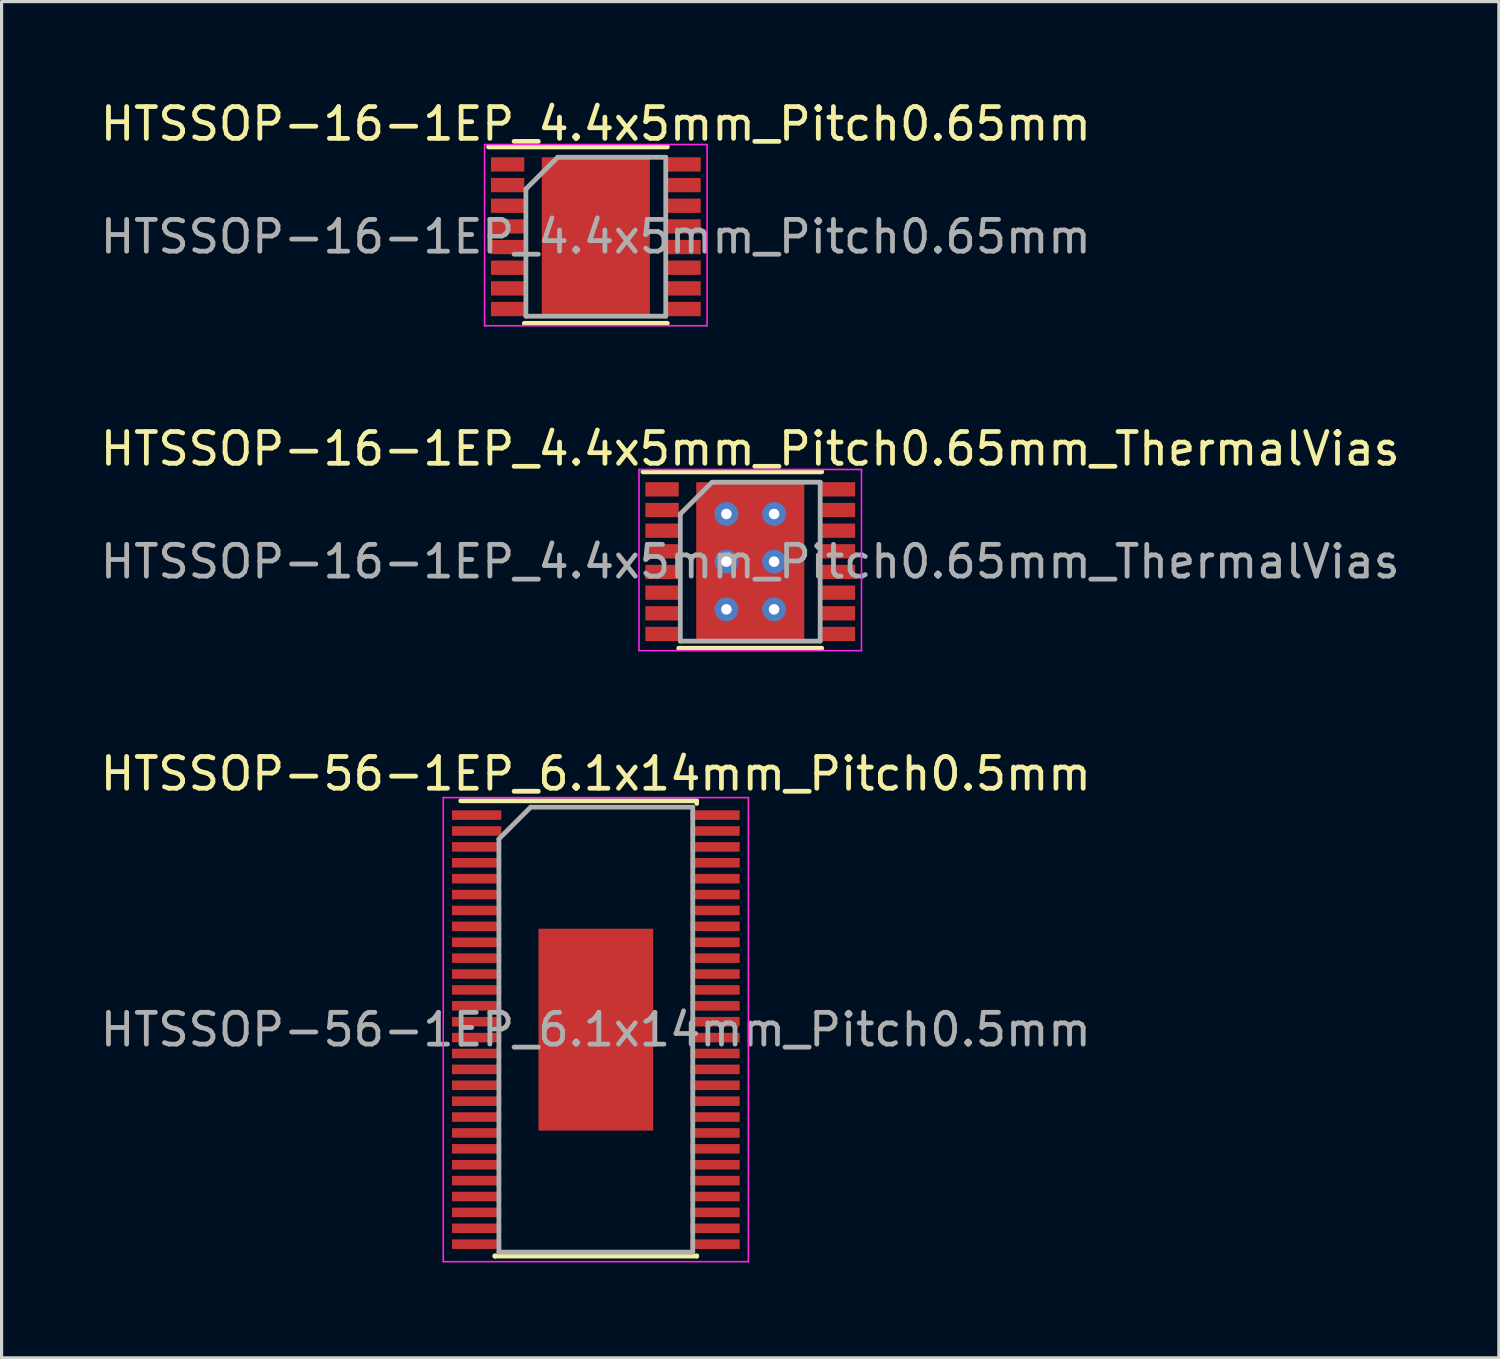
<source format=kicad_pcb>
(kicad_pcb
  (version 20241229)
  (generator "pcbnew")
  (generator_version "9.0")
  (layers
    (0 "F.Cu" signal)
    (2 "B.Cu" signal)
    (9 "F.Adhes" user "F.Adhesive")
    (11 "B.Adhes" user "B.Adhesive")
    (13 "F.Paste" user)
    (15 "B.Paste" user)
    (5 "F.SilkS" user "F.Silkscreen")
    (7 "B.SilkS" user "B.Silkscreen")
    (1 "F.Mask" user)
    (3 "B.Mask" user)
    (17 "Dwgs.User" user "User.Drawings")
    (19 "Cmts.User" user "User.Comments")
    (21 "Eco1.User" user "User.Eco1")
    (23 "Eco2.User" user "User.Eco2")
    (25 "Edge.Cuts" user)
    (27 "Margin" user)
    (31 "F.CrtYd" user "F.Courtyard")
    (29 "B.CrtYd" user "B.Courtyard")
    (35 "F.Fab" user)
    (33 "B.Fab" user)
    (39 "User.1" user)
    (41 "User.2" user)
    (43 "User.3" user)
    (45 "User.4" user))
  (footprint "HTSSOP-16-1EP_4.4x5mm_Pitch0.65mm_ThermalVias"
    (layer "F.Cu")
    (at 20.554 14.621)
    (property "Reference" "HTSSOP-16-1EP_4.4x5mm_Pitch0.65mm_ThermalVias" (at 0 -3.55 0) (layer "F.SilkS") (effects (font (size 1 1) (thickness 0.15))))
    (attr smd)
    (fp_line (start -3.375 -2.825) (end 2.25 -2.825) (stroke (width 0.15) (type solid)) (layer "F.SilkS"))
    (fp_line (start -2.25 2.725) (end 2.25 2.725) (stroke (width 0.15) (type solid)) (layer "F.SilkS"))
    (fp_line (start -3.5 -2.9) (end -3.5 2.8) (stroke (width 0.05) (type solid)) (layer "F.CrtYd"))
    (fp_line (start -3.5 -2.9) (end 3.5 -2.9) (stroke (width 0.05) (type solid)) (layer "F.CrtYd"))
    (fp_line (start -3.5 2.8) (end 3.5 2.8) (stroke (width 0.05) (type solid)) (layer "F.CrtYd"))
    (fp_line (start 3.5 -2.9) (end 3.5 2.8) (stroke (width 0.05) (type solid)) (layer "F.CrtYd"))
    (fp_line (start -2.2 -1.5) (end -1.2 -2.5) (stroke (width 0.15) (type solid)) (layer "F.Fab"))
    (fp_line (start -2.2 2.5) (end -2.2 -1.5) (stroke (width 0.15) (type solid)) (layer "F.Fab"))
    (fp_line (start -1.2 -2.5) (end 2.2 -2.5) (stroke (width 0.15) (type solid)) (layer "F.Fab"))
    (fp_line (start 2.2 -2.5) (end 2.2 2.5) (stroke (width 0.15) (type solid)) (layer "F.Fab"))
    (fp_line (start 2.2 2.5) (end -2.2 2.5) (stroke (width 0.15) (type solid)) (layer "F.Fab"))
    (fp_text user "${REFERENCE}" (at 0 0 0) (layer "F.Fab") (effects (font (size 1 1) (thickness 0.15))))
    (pad "1" smd rect (at -2.775 -2.275) (size 1.05 0.45) (layers "F.Cu" "F.Mask" "F.Paste"))
    (pad "2" smd rect (at -2.775 -1.625) (size 1.05 0.45) (layers "F.Cu" "F.Mask" "F.Paste"))
    (pad "3" smd rect (at -2.775 -0.975) (size 1.05 0.45) (layers "F.Cu" "F.Mask" "F.Paste"))
    (pad "4" smd rect (at -2.775 -0.325) (size 1.05 0.45) (layers "F.Cu" "F.Mask" "F.Paste"))
    (pad "5" smd rect (at -2.775 0.325) (size 1.05 0.45) (layers "F.Cu" "F.Mask" "F.Paste"))
    (pad "6" smd rect (at -2.775 0.975) (size 1.05 0.45) (layers "F.Cu" "F.Mask" "F.Paste"))
    (pad "7" smd rect (at -2.775 1.625) (size 1.05 0.45) (layers "F.Cu" "F.Mask" "F.Paste"))
    (pad "8" smd rect (at -2.775 2.275) (size 1.05 0.45) (layers "F.Cu" "F.Mask" "F.Paste"))
    (pad "9" smd rect (at 2.775 2.275) (size 1.05 0.45) (layers "F.Cu" "F.Mask" "F.Paste"))
    (pad "10" smd rect (at 2.775 1.625) (size 1.05 0.45) (layers "F.Cu" "F.Mask" "F.Paste"))
    (pad "11" smd rect (at 2.775 0.975) (size 1.05 0.45) (layers "F.Cu" "F.Mask" "F.Paste"))
    (pad "12" smd rect (at 2.775 0.325) (size 1.05 0.45) (layers "F.Cu" "F.Mask" "F.Paste"))
    (pad "13" smd rect (at 2.775 -0.325) (size 1.05 0.45) (layers "F.Cu" "F.Mask" "F.Paste"))
    (pad "14" smd rect (at 2.775 -0.975) (size 1.05 0.45) (layers "F.Cu" "F.Mask" "F.Paste"))
    (pad "15" smd rect (at 2.775 -1.625) (size 1.05 0.45) (layers "F.Cu" "F.Mask" "F.Paste"))
    (pad "16" smd rect (at 2.775 -2.275) (size 1.05 0.45) (layers "F.Cu" "F.Mask" "F.Paste"))
    (pad "17" thru_hole circle (at -0.75 -1.5) (size 0.75 0.75) (drill 0.33) (layers "*.Cu" "*.Mask"))
    (pad "17" thru_hole circle (at -0.75 0) (size 0.75 0.75) (drill 0.33) (layers "*.Cu" "*.Mask"))
    (pad "17" thru_hole circle (at -0.75 1.5) (size 0.75 0.75) (drill 0.33) (layers "*.Cu" "*.Mask"))
    (pad "17" smd rect (at 0 0) (size 3.4 5) (layers "F.Cu" "F.Mask" "F.Paste"))
    (pad "17" thru_hole circle (at 0.75 -1.5) (size 0.75 0.75) (drill 0.33) (layers "*.Cu" "*.Mask"))
    (pad "17" thru_hole circle (at 0.75 0) (size 0.75 0.75) (drill 0.33) (layers "*.Cu" "*.Mask"))
    (pad "17" thru_hole circle (at 0.75 1.5) (size 0.75 0.75) (drill 0.33) (layers "*.Cu" "*.Mask")))
  (footprint "HTSSOP-16-1EP_4.4x5mm_Pitch0.65mm"
    (layer "F.Cu")
    (at 15.696 4.398)
    (property "Reference" "HTSSOP-16-1EP_4.4x5mm_Pitch0.65mm" (at 0 -3.55 0) (layer "F.SilkS") (effects (font (size 1 1) (thickness 0.15))))
    (attr smd)
    (fp_line (start -3.375 -2.825) (end 2.25 -2.825) (stroke (width 0.15) (type solid)) (layer "F.SilkS"))
    (fp_line (start -2.25 2.725) (end 2.25 2.725) (stroke (width 0.15) (type solid)) (layer "F.SilkS"))
    (fp_line (start -3.5 -2.9) (end -3.5 2.8) (stroke (width 0.05) (type solid)) (layer "F.CrtYd"))
    (fp_line (start -3.5 -2.9) (end 3.5 -2.9) (stroke (width 0.05) (type solid)) (layer "F.CrtYd"))
    (fp_line (start -3.5 2.8) (end 3.5 2.8) (stroke (width 0.05) (type solid)) (layer "F.CrtYd"))
    (fp_line (start 3.5 -2.9) (end 3.5 2.8) (stroke (width 0.05) (type solid)) (layer "F.CrtYd"))
    (fp_line (start -2.2 -1.5) (end -1.2 -2.5) (stroke (width 0.15) (type solid)) (layer "F.Fab"))
    (fp_line (start -2.2 2.5) (end -2.2 -1.5) (stroke (width 0.15) (type solid)) (layer "F.Fab"))
    (fp_line (start -1.2 -2.5) (end 2.2 -2.5) (stroke (width 0.15) (type solid)) (layer "F.Fab"))
    (fp_line (start 2.2 -2.5) (end 2.2 2.5) (stroke (width 0.15) (type solid)) (layer "F.Fab"))
    (fp_line (start 2.2 2.5) (end -2.2 2.5) (stroke (width 0.15) (type solid)) (layer "F.Fab"))
    (fp_text user "${REFERENCE}" (at 0 0 0) (layer "F.Fab") (effects (font (size 1 1) (thickness 0.15))))
    (pad "1" smd rect (at -2.775 -2.275) (size 1.05 0.45) (layers "F.Cu" "F.Mask" "F.Paste"))
    (pad "2" smd rect (at -2.775 -1.625) (size 1.05 0.45) (layers "F.Cu" "F.Mask" "F.Paste"))
    (pad "3" smd rect (at -2.775 -0.975) (size 1.05 0.45) (layers "F.Cu" "F.Mask" "F.Paste"))
    (pad "4" smd rect (at -2.775 -0.325) (size 1.05 0.45) (layers "F.Cu" "F.Mask" "F.Paste"))
    (pad "5" smd rect (at -2.775 0.325) (size 1.05 0.45) (layers "F.Cu" "F.Mask" "F.Paste"))
    (pad "6" smd rect (at -2.775 0.975) (size 1.05 0.45) (layers "F.Cu" "F.Mask" "F.Paste"))
    (pad "7" smd rect (at -2.775 1.625) (size 1.05 0.45) (layers "F.Cu" "F.Mask" "F.Paste"))
    (pad "8" smd rect (at -2.775 2.275) (size 1.05 0.45) (layers "F.Cu" "F.Mask" "F.Paste"))
    (pad "9" smd rect (at 2.775 2.275) (size 1.05 0.45) (layers "F.Cu" "F.Mask" "F.Paste"))
    (pad "10" smd rect (at 2.775 1.625) (size 1.05 0.45) (layers "F.Cu" "F.Mask" "F.Paste"))
    (pad "11" smd rect (at 2.775 0.975) (size 1.05 0.45) (layers "F.Cu" "F.Mask" "F.Paste"))
    (pad "12" smd rect (at 2.775 0.325) (size 1.05 0.45) (layers "F.Cu" "F.Mask" "F.Paste"))
    (pad "13" smd rect (at 2.775 -0.325) (size 1.05 0.45) (layers "F.Cu" "F.Mask" "F.Paste"))
    (pad "14" smd rect (at 2.775 -0.975) (size 1.05 0.45) (layers "F.Cu" "F.Mask" "F.Paste"))
    (pad "15" smd rect (at 2.775 -1.625) (size 1.05 0.45) (layers "F.Cu" "F.Mask" "F.Paste"))
    (pad "16" smd rect (at 2.775 -2.275) (size 1.05 0.45) (layers "F.Cu" "F.Mask" "F.Paste"))
    (pad "17" smd rect (at 0 0) (size 3.4 5) (layers "F.Cu" "F.Mask" "F.Paste")))
  (footprint "HTSSOP-56-1EP_6.1x14mm_Pitch0.5mm"
    (layer "F.Cu")
    (at 15.696 29.345)
    (property "Reference" "HTSSOP-56-1EP_6.1x14mm_Pitch0.5mm" (at 0 -8.05 0) (layer "F.SilkS") (effects (font (size 1 1) (thickness 0.15))))
    (attr smd)
    (fp_line (start -4.25 -7.2) (end 3.175 -7.2) (stroke (width 0.15) (type solid)) (layer "F.SilkS"))
    (fp_line (start -3.175 7.125) (end -3.175 7.117) (stroke (width 0.15) (type solid)) (layer "F.SilkS"))
    (fp_line (start -3.175 7.125) (end 3.175 7.125) (stroke (width 0.15) (type solid)) (layer "F.SilkS"))
    (fp_line (start 3.175 -7.125) (end 3.175 -7.117) (stroke (width 0.15) (type solid)) (layer "F.SilkS"))
    (fp_line (start 3.175 7.125) (end 3.175 7.117) (stroke (width 0.15) (type solid)) (layer "F.SilkS"))
    (fp_line (start -4.8 -7.3) (end -4.8 7.3) (stroke (width 0.05) (type solid)) (layer "F.CrtYd"))
    (fp_line (start -4.8 -7.3) (end 4.8 -7.3) (stroke (width 0.05) (type solid)) (layer "F.CrtYd"))
    (fp_line (start -4.8 7.3) (end 4.8 7.3) (stroke (width 0.05) (type solid)) (layer "F.CrtYd"))
    (fp_line (start 4.8 -7.3) (end 4.8 7.3) (stroke (width 0.05) (type solid)) (layer "F.CrtYd"))
    (fp_line (start -3.05 -6) (end -2.05 -7) (stroke (width 0.15) (type solid)) (layer "F.Fab"))
    (fp_line (start -3.05 7) (end -3.05 -6) (stroke (width 0.15) (type solid)) (layer "F.Fab"))
    (fp_line (start -2.05 -7) (end 3.05 -7) (stroke (width 0.15) (type solid)) (layer "F.Fab"))
    (fp_line (start 3.05 -7) (end 3.05 7) (stroke (width 0.15) (type solid)) (layer "F.Fab"))
    (fp_line (start 3.05 7) (end -3.05 7) (stroke (width 0.15) (type solid)) (layer "F.Fab"))
    (fp_text user "${REFERENCE}" (at 0 0 0) (layer "F.Fab") (effects (font (size 1 1) (thickness 0.15))))
    (pad "1" smd rect (at -3.75 -6.75) (size 1.55 0.3) (layers "F.Cu" "F.Mask" "F.Paste"))
    (pad "2" smd rect (at -3.75 -6.25) (size 1.55 0.3) (layers "F.Cu" "F.Mask" "F.Paste"))
    (pad "3" smd rect (at -3.75 -5.75) (size 1.55 0.3) (layers "F.Cu" "F.Mask" "F.Paste"))
    (pad "4" smd rect (at -3.75 -5.25) (size 1.55 0.3) (layers "F.Cu" "F.Mask" "F.Paste"))
    (pad "5" smd rect (at -3.75 -4.75) (size 1.55 0.3) (layers "F.Cu" "F.Mask" "F.Paste"))
    (pad "6" smd rect (at -3.75 -4.25) (size 1.55 0.3) (layers "F.Cu" "F.Mask" "F.Paste"))
    (pad "7" smd rect (at -3.75 -3.75) (size 1.55 0.3) (layers "F.Cu" "F.Mask" "F.Paste"))
    (pad "8" smd rect (at -3.75 -3.25) (size 1.55 0.3) (layers "F.Cu" "F.Mask" "F.Paste"))
    (pad "9" smd rect (at -3.75 -2.75) (size 1.55 0.3) (layers "F.Cu" "F.Mask" "F.Paste"))
    (pad "10" smd rect (at -3.75 -2.25) (size 1.55 0.3) (layers "F.Cu" "F.Mask" "F.Paste"))
    (pad "11" smd rect (at -3.75 -1.75) (size 1.55 0.3) (layers "F.Cu" "F.Mask" "F.Paste"))
    (pad "12" smd rect (at -3.75 -1.25) (size 1.55 0.3) (layers "F.Cu" "F.Mask" "F.Paste"))
    (pad "13" smd rect (at -3.75 -0.75) (size 1.55 0.3) (layers "F.Cu" "F.Mask" "F.Paste"))
    (pad "14" smd rect (at -3.75 -0.25) (size 1.55 0.3) (layers "F.Cu" "F.Mask" "F.Paste"))
    (pad "15" smd rect (at -3.75 0.25) (size 1.55 0.3) (layers "F.Cu" "F.Mask" "F.Paste"))
    (pad "16" smd rect (at -3.75 0.75) (size 1.55 0.3) (layers "F.Cu" "F.Mask" "F.Paste"))
    (pad "17" smd rect (at -3.75 1.25) (size 1.55 0.3) (layers "F.Cu" "F.Mask" "F.Paste"))
    (pad "18" smd rect (at -3.75 1.75) (size 1.55 0.3) (layers "F.Cu" "F.Mask" "F.Paste"))
    (pad "19" smd rect (at -3.75 2.25) (size 1.55 0.3) (layers "F.Cu" "F.Mask" "F.Paste"))
    (pad "20" smd rect (at -3.75 2.75) (size 1.55 0.3) (layers "F.Cu" "F.Mask" "F.Paste"))
    (pad "21" smd rect (at -3.75 3.25) (size 1.55 0.3) (layers "F.Cu" "F.Mask" "F.Paste"))
    (pad "22" smd rect (at -3.75 3.75) (size 1.55 0.3) (layers "F.Cu" "F.Mask" "F.Paste"))
    (pad "23" smd rect (at -3.75 4.25) (size 1.55 0.3) (layers "F.Cu" "F.Mask" "F.Paste"))
    (pad "24" smd rect (at -3.75 4.75) (size 1.55 0.3) (layers "F.Cu" "F.Mask" "F.Paste"))
    (pad "25" smd rect (at -3.75 5.25) (size 1.55 0.3) (layers "F.Cu" "F.Mask" "F.Paste"))
    (pad "26" smd rect (at -3.75 5.75) (size 1.55 0.3) (layers "F.Cu" "F.Mask" "F.Paste"))
    (pad "27" smd rect (at -3.75 6.25) (size 1.55 0.3) (layers "F.Cu" "F.Mask" "F.Paste"))
    (pad "28" smd rect (at -3.75 6.75) (size 1.55 0.3) (layers "F.Cu" "F.Mask" "F.Paste"))
    (pad "29" smd rect (at 3.75 6.75) (size 1.55 0.3) (layers "F.Cu" "F.Mask" "F.Paste"))
    (pad "30" smd rect (at 3.75 6.25) (size 1.55 0.3) (layers "F.Cu" "F.Mask" "F.Paste"))
    (pad "31" smd rect (at 3.75 5.75) (size 1.55 0.3) (layers "F.Cu" "F.Mask" "F.Paste"))
    (pad "32" smd rect (at 3.75 5.25) (size 1.55 0.3) (layers "F.Cu" "F.Mask" "F.Paste"))
    (pad "33" smd rect (at 3.75 4.75) (size 1.55 0.3) (layers "F.Cu" "F.Mask" "F.Paste"))
    (pad "34" smd rect (at 3.75 4.25) (size 1.55 0.3) (layers "F.Cu" "F.Mask" "F.Paste"))
    (pad "35" smd rect (at 3.75 3.75) (size 1.55 0.3) (layers "F.Cu" "F.Mask" "F.Paste"))
    (pad "36" smd rect (at 3.75 3.25) (size 1.55 0.3) (layers "F.Cu" "F.Mask" "F.Paste"))
    (pad "37" smd rect (at 3.75 2.75) (size 1.55 0.3) (layers "F.Cu" "F.Mask" "F.Paste"))
    (pad "38" smd rect (at 3.75 2.25) (size 1.55 0.3) (layers "F.Cu" "F.Mask" "F.Paste"))
    (pad "39" smd rect (at 3.75 1.75) (size 1.55 0.3) (layers "F.Cu" "F.Mask" "F.Paste"))
    (pad "40" smd rect (at 3.75 1.25) (size 1.55 0.3) (layers "F.Cu" "F.Mask" "F.Paste"))
    (pad "41" smd rect (at 3.75 0.75) (size 1.55 0.3) (layers "F.Cu" "F.Mask" "F.Paste"))
    (pad "42" smd rect (at 3.75 0.25) (size 1.55 0.3) (layers "F.Cu" "F.Mask" "F.Paste"))
    (pad "43" smd rect (at 3.75 -0.25) (size 1.55 0.3) (layers "F.Cu" "F.Mask" "F.Paste"))
    (pad "44" smd rect (at 3.75 -0.75) (size 1.55 0.3) (layers "F.Cu" "F.Mask" "F.Paste"))
    (pad "45" smd rect (at 3.75 -1.25) (size 1.55 0.3) (layers "F.Cu" "F.Mask" "F.Paste"))
    (pad "46" smd rect (at 3.75 -1.75) (size 1.55 0.3) (layers "F.Cu" "F.Mask" "F.Paste"))
    (pad "47" smd rect (at 3.75 -2.25) (size 1.55 0.3) (layers "F.Cu" "F.Mask" "F.Paste"))
    (pad "48" smd rect (at 3.75 -2.75) (size 1.55 0.3) (layers "F.Cu" "F.Mask" "F.Paste"))
    (pad "49" smd rect (at 3.75 -3.25) (size 1.55 0.3) (layers "F.Cu" "F.Mask" "F.Paste"))
    (pad "50" smd rect (at 3.75 -3.75) (size 1.55 0.3) (layers "F.Cu" "F.Mask" "F.Paste"))
    (pad "51" smd rect (at 3.75 -4.25) (size 1.55 0.3) (layers "F.Cu" "F.Mask" "F.Paste"))
    (pad "52" smd rect (at 3.75 -4.75) (size 1.55 0.3) (layers "F.Cu" "F.Mask" "F.Paste"))
    (pad "53" smd rect (at 3.75 -5.25) (size 1.55 0.3) (layers "F.Cu" "F.Mask" "F.Paste"))
    (pad "54" smd rect (at 3.75 -5.75) (size 1.55 0.3) (layers "F.Cu" "F.Mask" "F.Paste"))
    (pad "55" smd rect (at 3.75 -6.25) (size 1.55 0.3) (layers "F.Cu" "F.Mask" "F.Paste"))
    (pad "56" smd rect (at 3.75 -6.75) (size 1.55 0.3) (layers "F.Cu" "F.Mask" "F.Paste"))
    (pad "57" smd rect (at 0 0) (size 3.61 6.35) (layers "F.Cu" "F.Mask" "F.Paste")))
  (gr_rect
    (start -3 -3)
    (end 44.107 39.67)
    (stroke (width 0.1) (type default))
    (fill no)
    (layer "Edge.Cuts")))
</source>
